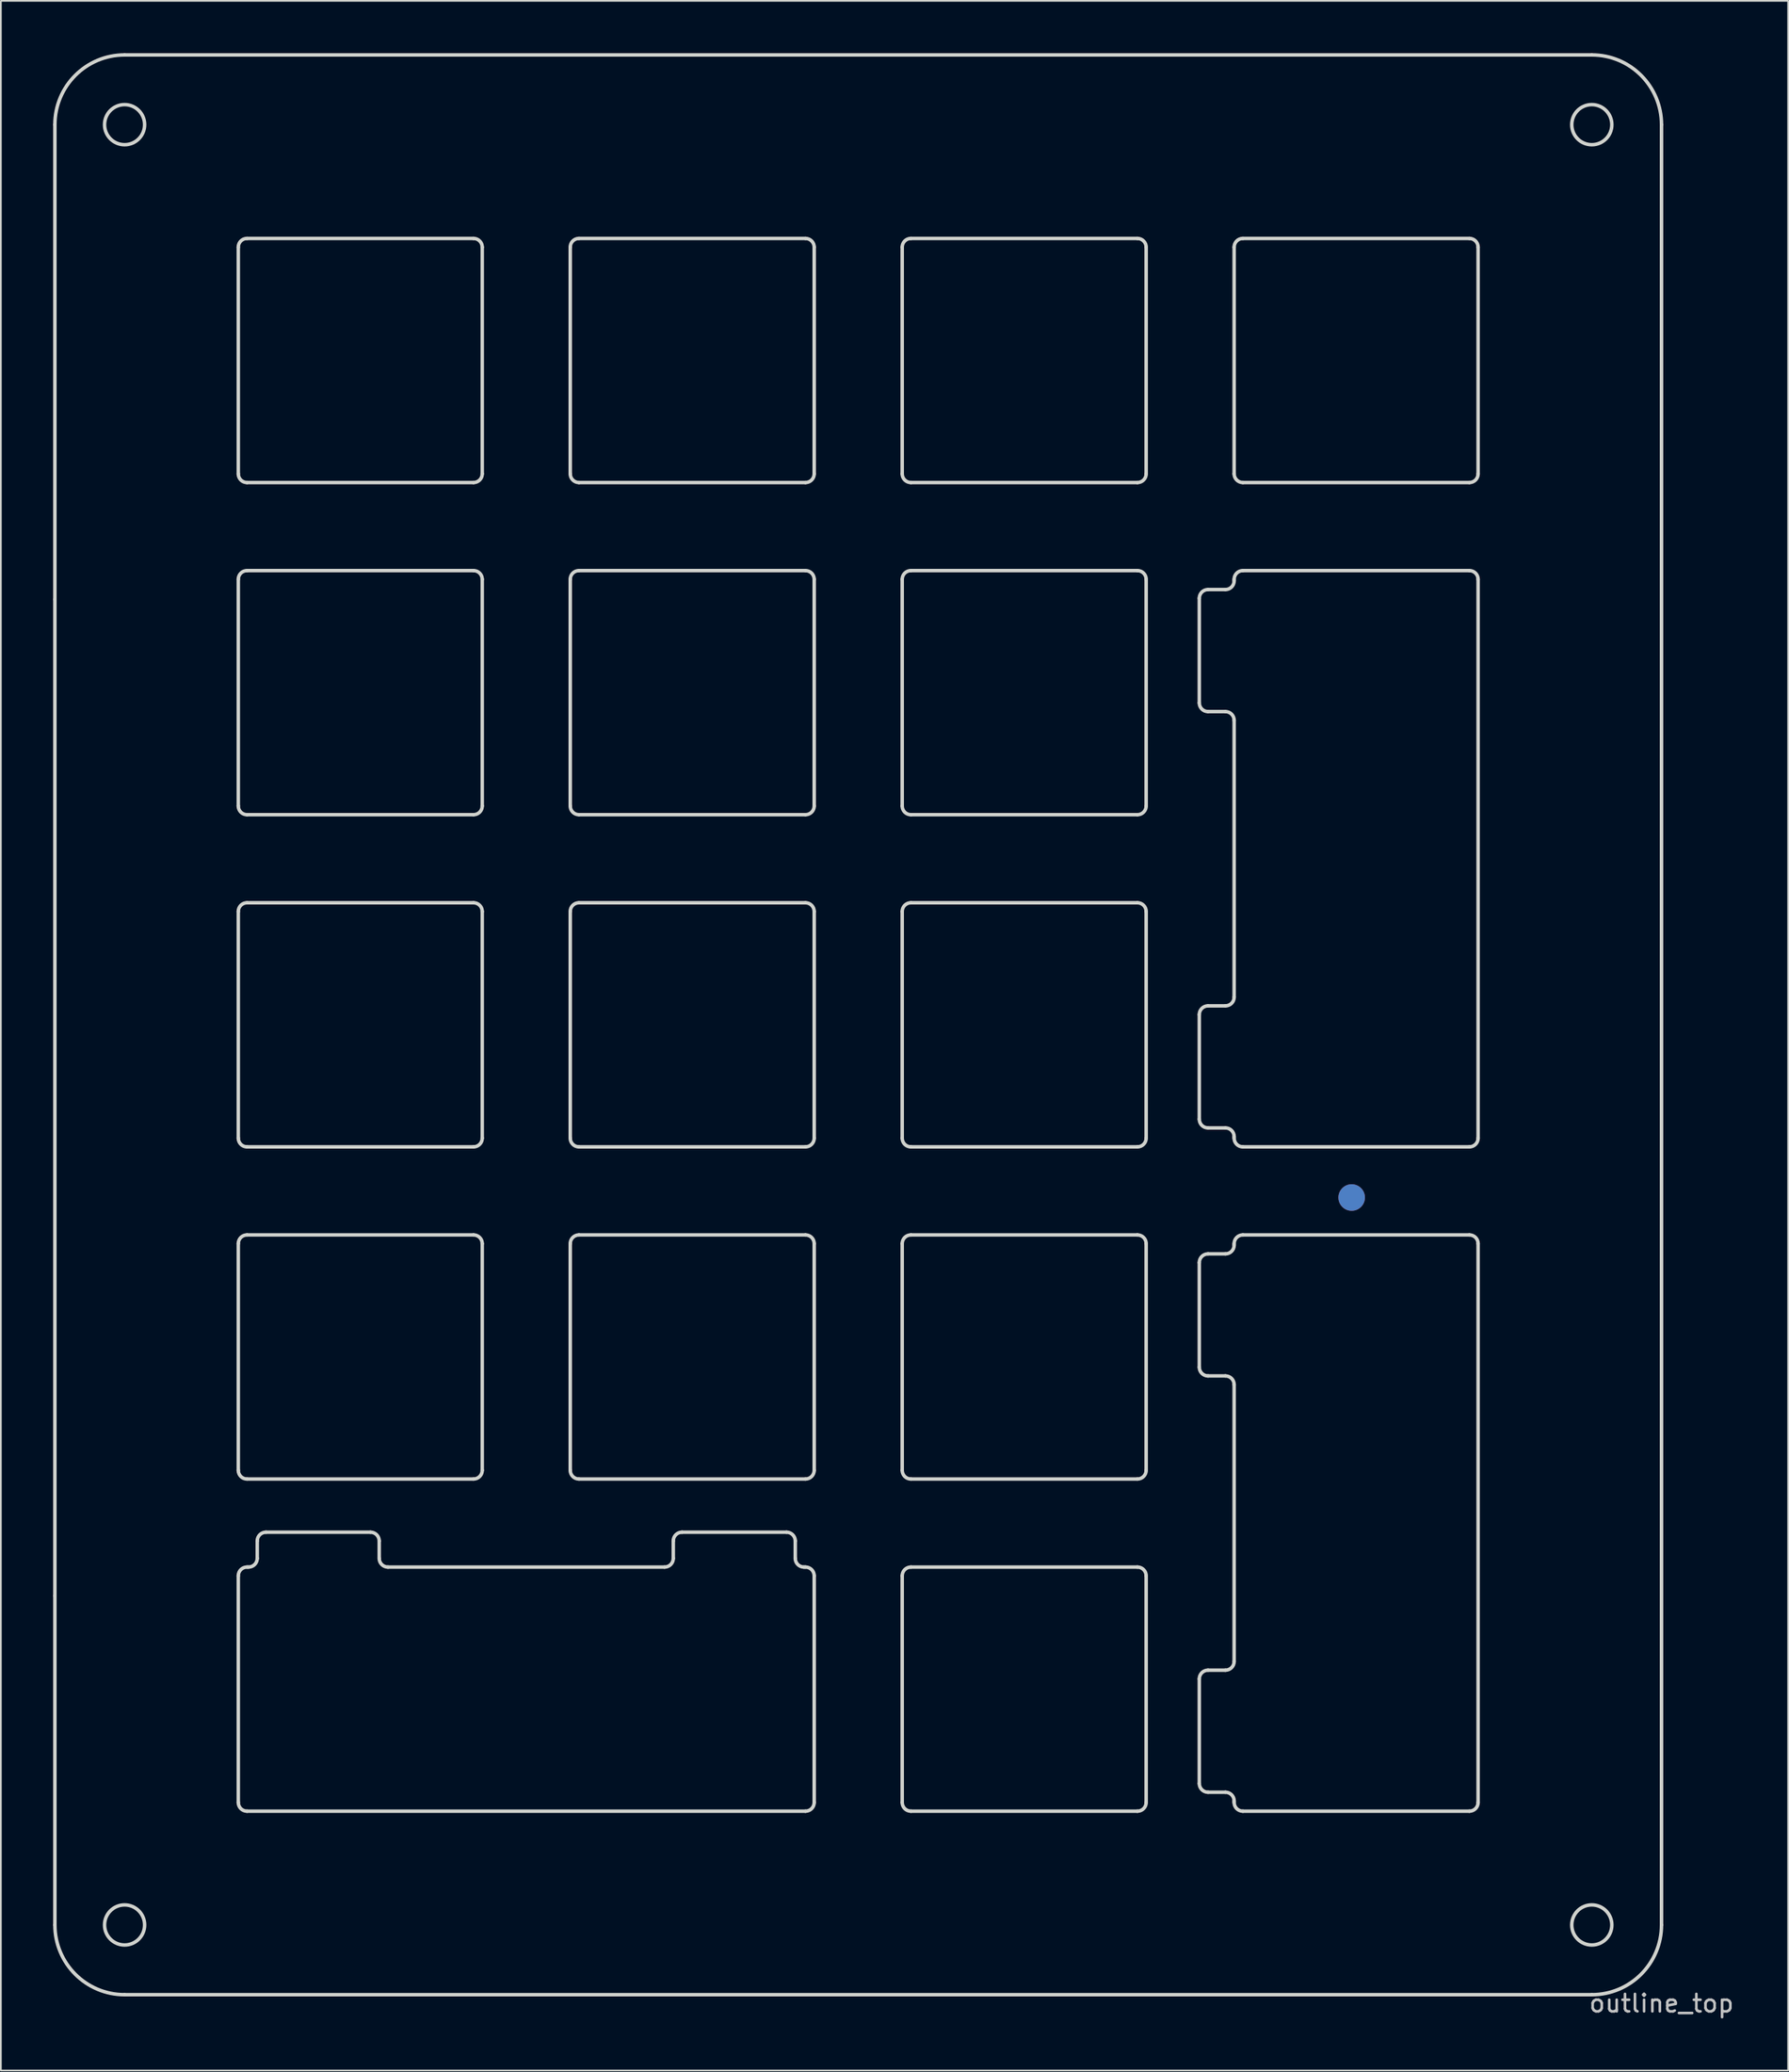
<source format=kicad_pcb>
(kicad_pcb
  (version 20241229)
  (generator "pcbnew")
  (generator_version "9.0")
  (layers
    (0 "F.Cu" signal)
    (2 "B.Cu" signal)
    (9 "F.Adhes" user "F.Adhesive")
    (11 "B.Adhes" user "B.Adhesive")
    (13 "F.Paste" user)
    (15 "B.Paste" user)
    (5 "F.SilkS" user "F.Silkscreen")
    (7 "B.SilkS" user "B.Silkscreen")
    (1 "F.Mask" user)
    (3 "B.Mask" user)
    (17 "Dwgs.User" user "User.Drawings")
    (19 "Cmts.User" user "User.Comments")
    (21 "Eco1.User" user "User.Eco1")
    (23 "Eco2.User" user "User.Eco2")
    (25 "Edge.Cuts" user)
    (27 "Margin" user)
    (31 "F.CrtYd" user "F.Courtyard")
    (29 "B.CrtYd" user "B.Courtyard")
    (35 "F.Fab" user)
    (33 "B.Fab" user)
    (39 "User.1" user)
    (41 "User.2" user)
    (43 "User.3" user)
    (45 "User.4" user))
  (footprint "outline_top"
    (layer "F.Cu")
    (at 92.3 111.35)
    (property "Reference" "outline_top" (at 0 0.5 0) (layer "Dwgs.User") (effects (font (size 1 1) (thickness 0.15))))
    (attr through_hole)
    (fp_line (start -92.2 -80.025) (end -92.2 -107.25) (stroke (width 0.2) (type solid)) (layer "Edge.Cuts"))
    (fp_line (start -92.2 -22.875) (end -92.2 -80.025) (stroke (width 0.2) (type solid)) (layer "Edge.Cuts"))
    (fp_line (start -92.2 -4) (end -92.2 -22.875) (stroke (width 0.2) (type solid)) (layer "Edge.Cuts"))
    (fp_line (start -88.2 -111.25) (end -4 -111.25) (stroke (width 0.2) (type solid)) (layer "Edge.Cuts"))
    (fp_line (start -81.675 -100.225) (end -81.675 -87.225) (stroke (width 0.2) (type solid)) (layer "Edge.Cuts"))
    (fp_line (start -81.675 -68.175) (end -81.675 -81.175) (stroke (width 0.2) (type solid)) (layer "Edge.Cuts"))
    (fp_line (start -81.675 -62.125) (end -81.675 -49.125) (stroke (width 0.2) (type solid)) (layer "Edge.Cuts"))
    (fp_line (start -81.675 -43.075) (end -81.675 -30.075) (stroke (width 0.2) (type solid)) (layer "Edge.Cuts"))
    (fp_line (start -81.675 -24.025) (end -81.675 -11.025) (stroke (width 0.2) (type solid)) (layer "Edge.Cuts"))
    (fp_line (start -81.175 -86.725) (end -68.175 -86.725) (stroke (width 0.2) (type solid)) (layer "Edge.Cuts"))
    (fp_line (start -81.175 -81.675) (end -68.175 -81.675) (stroke (width 0.2) (type solid)) (layer "Edge.Cuts"))
    (fp_line (start -81.175 -48.625) (end -68.175 -48.625) (stroke (width 0.2) (type solid)) (layer "Edge.Cuts"))
    (fp_line (start -81.175 -29.575) (end -68.175 -29.575) (stroke (width 0.2) (type solid)) (layer "Edge.Cuts"))
    (fp_line (start -81.175 -10.525) (end -49.125 -10.525) (stroke (width 0.2) (type solid)) (layer "Edge.Cuts"))
    (fp_line (start -81.088 -24.525) (end -81.175 -24.525) (stroke (width 0.2) (type solid)) (layer "Edge.Cuts"))
    (fp_line (start -80.588 -26.025) (end -80.588 -25.025) (stroke (width 0.2) (type solid)) (layer "Edge.Cuts"))
    (fp_line (start -74.088 -26.525) (end -80.088 -26.525) (stroke (width 0.2) (type solid)) (layer "Edge.Cuts"))
    (fp_line (start -73.588 -25.025) (end -73.588 -26.025) (stroke (width 0.2) (type solid)) (layer "Edge.Cuts"))
    (fp_line (start -68.175 -100.725) (end -81.175 -100.725) (stroke (width 0.2) (type solid)) (layer "Edge.Cuts"))
    (fp_line (start -68.175 -67.675) (end -81.175 -67.675) (stroke (width 0.2) (type solid)) (layer "Edge.Cuts"))
    (fp_line (start -68.175 -62.625) (end -81.175 -62.625) (stroke (width 0.2) (type solid)) (layer "Edge.Cuts"))
    (fp_line (start -68.175 -43.575) (end -81.175 -43.575) (stroke (width 0.2) (type solid)) (layer "Edge.Cuts"))
    (fp_line (start -67.675 -87.225) (end -67.675 -100.225) (stroke (width 0.2) (type solid)) (layer "Edge.Cuts"))
    (fp_line (start -67.675 -81.175) (end -67.675 -68.175) (stroke (width 0.2) (type solid)) (layer "Edge.Cuts"))
    (fp_line (start -67.675 -49.125) (end -67.675 -62.125) (stroke (width 0.2) (type solid)) (layer "Edge.Cuts"))
    (fp_line (start -67.675 -30.075) (end -67.675 -43.075) (stroke (width 0.2) (type solid)) (layer "Edge.Cuts"))
    (fp_line (start -62.625 -100.225) (end -62.625 -87.225) (stroke (width 0.2) (type solid)) (layer "Edge.Cuts"))
    (fp_line (start -62.625 -81.175) (end -62.625 -68.175) (stroke (width 0.2) (type solid)) (layer "Edge.Cuts"))
    (fp_line (start -62.625 -62.125) (end -62.625 -49.125) (stroke (width 0.2) (type solid)) (layer "Edge.Cuts"))
    (fp_line (start -62.625 -43.075) (end -62.625 -30.075) (stroke (width 0.2) (type solid)) (layer "Edge.Cuts"))
    (fp_line (start -62.125 -86.725) (end -49.125 -86.725) (stroke (width 0.2) (type solid)) (layer "Edge.Cuts"))
    (fp_line (start -62.125 -67.675) (end -49.125 -67.675) (stroke (width 0.2) (type solid)) (layer "Edge.Cuts"))
    (fp_line (start -62.125 -48.625) (end -49.125 -48.625) (stroke (width 0.2) (type solid)) (layer "Edge.Cuts"))
    (fp_line (start -62.125 -29.575) (end -49.125 -29.575) (stroke (width 0.2) (type solid)) (layer "Edge.Cuts"))
    (fp_line (start -57.212 -24.525) (end -73.088 -24.525) (stroke (width 0.2) (type solid)) (layer "Edge.Cuts"))
    (fp_line (start -56.712 -26.025) (end -56.712 -25.025) (stroke (width 0.2) (type solid)) (layer "Edge.Cuts"))
    (fp_line (start -50.212 -26.525) (end -56.212 -26.525) (stroke (width 0.2) (type solid)) (layer "Edge.Cuts"))
    (fp_line (start -49.712 -25.025) (end -49.712 -26.025) (stroke (width 0.2) (type solid)) (layer "Edge.Cuts"))
    (fp_line (start -49.125 -100.725) (end -62.125 -100.725) (stroke (width 0.2) (type solid)) (layer "Edge.Cuts"))
    (fp_line (start -49.125 -81.675) (end -62.125 -81.675) (stroke (width 0.2) (type solid)) (layer "Edge.Cuts"))
    (fp_line (start -49.125 -62.625) (end -62.125 -62.625) (stroke (width 0.2) (type solid)) (layer "Edge.Cuts"))
    (fp_line (start -49.125 -43.575) (end -62.125 -43.575) (stroke (width 0.2) (type solid)) (layer "Edge.Cuts"))
    (fp_line (start -49.125 -24.525) (end -49.212 -24.525) (stroke (width 0.2) (type solid)) (layer "Edge.Cuts"))
    (fp_line (start -48.625 -87.225) (end -48.625 -100.225) (stroke (width 0.2) (type solid)) (layer "Edge.Cuts"))
    (fp_line (start -48.625 -68.175) (end -48.625 -81.175) (stroke (width 0.2) (type solid)) (layer "Edge.Cuts"))
    (fp_line (start -48.625 -49.125) (end -48.625 -62.125) (stroke (width 0.2) (type solid)) (layer "Edge.Cuts"))
    (fp_line (start -48.625 -30.075) (end -48.625 -43.075) (stroke (width 0.2) (type solid)) (layer "Edge.Cuts"))
    (fp_line (start -48.625 -11.025) (end -48.625 -24.025) (stroke (width 0.2) (type solid)) (layer "Edge.Cuts"))
    (fp_line (start -43.575 -87.225) (end -43.575 -100.225) (stroke (width 0.2) (type solid)) (layer "Edge.Cuts"))
    (fp_line (start -43.575 -81.175) (end -43.575 -68.175) (stroke (width 0.2) (type solid)) (layer "Edge.Cuts"))
    (fp_line (start -43.575 -62.125) (end -43.575 -49.125) (stroke (width 0.2) (type solid)) (layer "Edge.Cuts"))
    (fp_line (start -43.575 -43.075) (end -43.575 -30.075) (stroke (width 0.2) (type solid)) (layer "Edge.Cuts"))
    (fp_line (start -43.575 -24.025) (end -43.575 -11.025) (stroke (width 0.2) (type solid)) (layer "Edge.Cuts"))
    (fp_line (start -43.075 -100.725) (end -30.075 -100.725) (stroke (width 0.2) (type solid)) (layer "Edge.Cuts"))
    (fp_line (start -43.075 -67.675) (end -30.075 -67.675) (stroke (width 0.2) (type solid)) (layer "Edge.Cuts"))
    (fp_line (start -43.075 -48.625) (end -30.075 -48.625) (stroke (width 0.2) (type solid)) (layer "Edge.Cuts"))
    (fp_line (start -43.075 -29.575) (end -30.075 -29.575) (stroke (width 0.2) (type solid)) (layer "Edge.Cuts"))
    (fp_line (start -43.075 -10.525) (end -30.075 -10.525) (stroke (width 0.2) (type solid)) (layer "Edge.Cuts"))
    (fp_line (start -30.075 -86.725) (end -43.075 -86.725) (stroke (width 0.2) (type solid)) (layer "Edge.Cuts"))
    (fp_line (start -30.075 -81.675) (end -43.075 -81.675) (stroke (width 0.2) (type solid)) (layer "Edge.Cuts"))
    (fp_line (start -30.075 -62.625) (end -43.075 -62.625) (stroke (width 0.2) (type solid)) (layer "Edge.Cuts"))
    (fp_line (start -30.075 -43.575) (end -43.075 -43.575) (stroke (width 0.2) (type solid)) (layer "Edge.Cuts"))
    (fp_line (start -30.075 -24.525) (end -43.075 -24.525) (stroke (width 0.2) (type solid)) (layer "Edge.Cuts"))
    (fp_line (start -29.575 -100.225) (end -29.575 -87.225) (stroke (width 0.2) (type solid)) (layer "Edge.Cuts"))
    (fp_line (start -29.575 -68.175) (end -29.575 -81.175) (stroke (width 0.2) (type solid)) (layer "Edge.Cuts"))
    (fp_line (start -29.575 -49.125) (end -29.575 -62.125) (stroke (width 0.2) (type solid)) (layer "Edge.Cuts"))
    (fp_line (start -29.575 -30.075) (end -29.575 -43.075) (stroke (width 0.2) (type solid)) (layer "Edge.Cuts"))
    (fp_line (start -29.575 -11.025) (end -29.575 -24.025) (stroke (width 0.2) (type solid)) (layer "Edge.Cuts"))
    (fp_line (start -26.525 -80.088) (end -26.525 -74.088) (stroke (width 0.2) (type solid)) (layer "Edge.Cuts"))
    (fp_line (start -26.525 -56.212) (end -26.525 -50.212) (stroke (width 0.2) (type solid)) (layer "Edge.Cuts"))
    (fp_line (start -26.525 -41.988) (end -26.525 -35.988) (stroke (width 0.2) (type solid)) (layer "Edge.Cuts"))
    (fp_line (start -26.525 -18.112) (end -26.525 -12.112) (stroke (width 0.2) (type solid)) (layer "Edge.Cuts"))
    (fp_line (start -26.025 -73.588) (end -25.025 -73.588) (stroke (width 0.2) (type solid)) (layer "Edge.Cuts"))
    (fp_line (start -26.025 -49.712) (end -25.025 -49.712) (stroke (width 0.2) (type solid)) (layer "Edge.Cuts"))
    (fp_line (start -26.025 -35.488) (end -25.025 -35.488) (stroke (width 0.2) (type solid)) (layer "Edge.Cuts"))
    (fp_line (start -26.025 -11.612) (end -25.025 -11.612) (stroke (width 0.2) (type solid)) (layer "Edge.Cuts"))
    (fp_line (start -25.025 -80.588) (end -26.025 -80.588) (stroke (width 0.2) (type solid)) (layer "Edge.Cuts"))
    (fp_line (start -25.025 -56.712) (end -26.025 -56.712) (stroke (width 0.2) (type solid)) (layer "Edge.Cuts"))
    (fp_line (start -25.025 -42.488) (end -26.025 -42.488) (stroke (width 0.2) (type solid)) (layer "Edge.Cuts"))
    (fp_line (start -25.025 -18.612) (end -26.025 -18.612) (stroke (width 0.2) (type solid)) (layer "Edge.Cuts"))
    (fp_line (start -24.525 -100.225) (end -24.525 -87.225) (stroke (width 0.2) (type solid)) (layer "Edge.Cuts"))
    (fp_line (start -24.525 -81.175) (end -24.525 -81.088) (stroke (width 0.2) (type solid)) (layer "Edge.Cuts"))
    (fp_line (start -24.525 -73.088) (end -24.525 -57.212) (stroke (width 0.2) (type solid)) (layer "Edge.Cuts"))
    (fp_line (start -24.525 -49.212) (end -24.525 -49.125) (stroke (width 0.2) (type solid)) (layer "Edge.Cuts"))
    (fp_line (start -24.525 -43.075) (end -24.525 -42.988) (stroke (width 0.2) (type solid)) (layer "Edge.Cuts"))
    (fp_line (start -24.525 -34.988) (end -24.525 -19.112) (stroke (width 0.2) (type solid)) (layer "Edge.Cuts"))
    (fp_line (start -24.525 -11.112) (end -24.525 -11.025) (stroke (width 0.2) (type solid)) (layer "Edge.Cuts"))
    (fp_line (start -24.025 -86.725) (end -11.025 -86.725) (stroke (width 0.2) (type solid)) (layer "Edge.Cuts"))
    (fp_line (start -24.025 -48.625) (end -11.025 -48.625) (stroke (width 0.2) (type solid)) (layer "Edge.Cuts"))
    (fp_line (start -24.025 -10.525) (end -11.025 -10.525) (stroke (width 0.2) (type solid)) (layer "Edge.Cuts"))
    (fp_line (start -11.025 -100.725) (end -24.025 -100.725) (stroke (width 0.2) (type solid)) (layer "Edge.Cuts"))
    (fp_line (start -11.025 -81.675) (end -24.025 -81.675) (stroke (width 0.2) (type solid)) (layer "Edge.Cuts"))
    (fp_line (start -11.025 -43.575) (end -24.025 -43.575) (stroke (width 0.2) (type solid)) (layer "Edge.Cuts"))
    (fp_line (start -10.525 -87.225) (end -10.525 -100.225) (stroke (width 0.2) (type solid)) (layer "Edge.Cuts"))
    (fp_line (start -10.525 -49.125) (end -10.525 -81.175) (stroke (width 0.2) (type solid)) (layer "Edge.Cuts"))
    (fp_line (start -10.525 -11.025) (end -10.525 -43.075) (stroke (width 0.2) (type solid)) (layer "Edge.Cuts"))
    (fp_line (start -4 0) (end -88.2 0) (stroke (width 0.2) (type solid)) (layer "Edge.Cuts"))
    (fp_line (start 0 -107.25) (end 0 -4) (stroke (width 0.2) (type solid)) (layer "Edge.Cuts"))
    (fp_arc (start -92.2 -107.25) (mid -91.028427 -110.078427) (end -88.2 -111.25) (stroke (width 0.2) (type solid)) (layer "Edge.Cuts"))
    (fp_arc (start -88.2 0) (mid -91.028427 -1.171573) (end -92.2 -4) (stroke (width 0.2) (type solid)) (layer "Edge.Cuts"))
    (fp_arc (start -81.675 -100.225) (mid -81.528553 -100.578553) (end -81.175 -100.725) (stroke (width 0.2) (type solid)) (layer "Edge.Cuts"))
    (fp_arc (start -81.675 -81.175) (mid -81.528553 -81.528553) (end -81.175 -81.675) (stroke (width 0.2) (type solid)) (layer "Edge.Cuts"))
    (fp_arc (start -81.675 -62.125) (mid -81.528553 -62.478553) (end -81.175 -62.625) (stroke (width 0.2) (type solid)) (layer "Edge.Cuts"))
    (fp_arc (start -81.675 -43.075) (mid -81.528553 -43.428553) (end -81.175 -43.575) (stroke (width 0.2) (type solid)) (layer "Edge.Cuts"))
    (fp_arc (start -81.675 -24.025) (mid -81.528553 -24.378553) (end -81.175 -24.525) (stroke (width 0.2) (type solid)) (layer "Edge.Cuts"))
    (fp_arc (start -81.175 -86.725) (mid -81.528553 -86.871447) (end -81.675 -87.225) (stroke (width 0.2) (type solid)) (layer "Edge.Cuts"))
    (fp_arc (start -81.175 -67.675) (mid -81.528553 -67.821447) (end -81.675 -68.175) (stroke (width 0.2) (type solid)) (layer "Edge.Cuts"))
    (fp_arc (start -81.175 -48.625) (mid -81.528553 -48.771447) (end -81.675 -49.125) (stroke (width 0.2) (type solid)) (layer "Edge.Cuts"))
    (fp_arc (start -81.175 -29.575) (mid -81.528553 -29.721447) (end -81.675 -30.075) (stroke (width 0.2) (type solid)) (layer "Edge.Cuts"))
    (fp_arc (start -81.175 -10.525) (mid -81.528553 -10.671447) (end -81.675 -11.025) (stroke (width 0.2) (type solid)) (layer "Edge.Cuts"))
    (fp_arc (start -80.588 -26.025) (mid -80.441553 -26.378553) (end -80.088 -26.525) (stroke (width 0.2) (type solid)) (layer "Edge.Cuts"))
    (fp_arc (start -80.588 -25.025) (mid -80.734447 -24.671447) (end -81.088 -24.525) (stroke (width 0.2) (type solid)) (layer "Edge.Cuts"))
    (fp_arc (start -74.088 -26.525) (mid -73.734447 -26.378553) (end -73.588 -26.025) (stroke (width 0.2) (type solid)) (layer "Edge.Cuts"))
    (fp_arc (start -73.088 -24.525) (mid -73.441553 -24.671447) (end -73.588 -25.025) (stroke (width 0.2) (type solid)) (layer "Edge.Cuts"))
    (fp_arc (start -68.175 -100.725) (mid -67.821447 -100.578553) (end -67.675 -100.225) (stroke (width 0.2) (type solid)) (layer "Edge.Cuts"))
    (fp_arc (start -68.175 -81.675) (mid -67.821447 -81.528553) (end -67.675 -81.175) (stroke (width 0.2) (type solid)) (layer "Edge.Cuts"))
    (fp_arc (start -68.175 -62.625) (mid -67.821447 -62.478553) (end -67.675 -62.125) (stroke (width 0.2) (type solid)) (layer "Edge.Cuts"))
    (fp_arc (start -68.175 -43.575) (mid -67.821447 -43.428553) (end -67.675 -43.075) (stroke (width 0.2) (type solid)) (layer "Edge.Cuts"))
    (fp_arc (start -67.675 -87.225) (mid -67.821447 -86.871447) (end -68.175 -86.725) (stroke (width 0.2) (type solid)) (layer "Edge.Cuts"))
    (fp_arc (start -67.675 -68.175) (mid -67.821447 -67.821447) (end -68.175 -67.675) (stroke (width 0.2) (type solid)) (layer "Edge.Cuts"))
    (fp_arc (start -67.675 -49.125) (mid -67.821447 -48.771447) (end -68.175 -48.625) (stroke (width 0.2) (type solid)) (layer "Edge.Cuts"))
    (fp_arc (start -67.675 -30.075) (mid -67.821447 -29.721447) (end -68.175 -29.575) (stroke (width 0.2) (type solid)) (layer "Edge.Cuts"))
    (fp_arc (start -62.625 -100.225) (mid -62.478553 -100.578553) (end -62.125 -100.725) (stroke (width 0.2) (type solid)) (layer "Edge.Cuts"))
    (fp_arc (start -62.625 -81.175) (mid -62.478553 -81.528553) (end -62.125 -81.675) (stroke (width 0.2) (type solid)) (layer "Edge.Cuts"))
    (fp_arc (start -62.625 -62.125) (mid -62.478553 -62.478553) (end -62.125 -62.625) (stroke (width 0.2) (type solid)) (layer "Edge.Cuts"))
    (fp_arc (start -62.625 -43.075) (mid -62.478553 -43.428553) (end -62.125 -43.575) (stroke (width 0.2) (type solid)) (layer "Edge.Cuts"))
    (fp_arc (start -62.125 -86.725) (mid -62.478553 -86.871447) (end -62.625 -87.225) (stroke (width 0.2) (type solid)) (layer "Edge.Cuts"))
    (fp_arc (start -62.125 -67.675) (mid -62.478553 -67.821447) (end -62.625 -68.175) (stroke (width 0.2) (type solid)) (layer "Edge.Cuts"))
    (fp_arc (start -62.125 -48.625) (mid -62.478553 -48.771447) (end -62.625 -49.125) (stroke (width 0.2) (type solid)) (layer "Edge.Cuts"))
    (fp_arc (start -62.125 -29.575) (mid -62.478553 -29.721447) (end -62.625 -30.075) (stroke (width 0.2) (type solid)) (layer "Edge.Cuts"))
    (fp_arc (start -56.712 -26.025) (mid -56.565553 -26.378553) (end -56.212 -26.525) (stroke (width 0.2) (type solid)) (layer "Edge.Cuts"))
    (fp_arc (start -56.712 -25.025) (mid -56.858447 -24.671447) (end -57.212 -24.525) (stroke (width 0.2) (type solid)) (layer "Edge.Cuts"))
    (fp_arc (start -50.212 -26.525) (mid -49.858447 -26.378553) (end -49.712 -26.025) (stroke (width 0.2) (type solid)) (layer "Edge.Cuts"))
    (fp_arc (start -49.212 -24.525) (mid -49.565553 -24.671447) (end -49.712 -25.025) (stroke (width 0.2) (type solid)) (layer "Edge.Cuts"))
    (fp_arc (start -49.125 -100.725) (mid -48.771447 -100.578553) (end -48.625 -100.225) (stroke (width 0.2) (type solid)) (layer "Edge.Cuts"))
    (fp_arc (start -49.125 -81.675) (mid -48.771447 -81.528553) (end -48.625 -81.175) (stroke (width 0.2) (type solid)) (layer "Edge.Cuts"))
    (fp_arc (start -49.125 -62.625) (mid -48.771447 -62.478553) (end -48.625 -62.125) (stroke (width 0.2) (type solid)) (layer "Edge.Cuts"))
    (fp_arc (start -49.125 -43.575) (mid -48.771447 -43.428553) (end -48.625 -43.075) (stroke (width 0.2) (type solid)) (layer "Edge.Cuts"))
    (fp_arc (start -49.125 -24.525) (mid -48.771447 -24.378553) (end -48.625 -24.025) (stroke (width 0.2) (type solid)) (layer "Edge.Cuts"))
    (fp_arc (start -48.625 -87.225) (mid -48.771447 -86.871447) (end -49.125 -86.725) (stroke (width 0.2) (type solid)) (layer "Edge.Cuts"))
    (fp_arc (start -48.625 -68.175) (mid -48.771447 -67.821447) (end -49.125 -67.675) (stroke (width 0.2) (type solid)) (layer "Edge.Cuts"))
    (fp_arc (start -48.625 -49.125) (mid -48.771447 -48.771447) (end -49.125 -48.625) (stroke (width 0.2) (type solid)) (layer "Edge.Cuts"))
    (fp_arc (start -48.625 -30.075) (mid -48.771447 -29.721447) (end -49.125 -29.575) (stroke (width 0.2) (type solid)) (layer "Edge.Cuts"))
    (fp_arc (start -48.625 -11.025) (mid -48.771447 -10.671447) (end -49.125 -10.525) (stroke (width 0.2) (type solid)) (layer "Edge.Cuts"))
    (fp_arc (start -43.575 -100.225) (mid -43.428553 -100.578553) (end -43.075 -100.725) (stroke (width 0.2) (type solid)) (layer "Edge.Cuts"))
    (fp_arc (start -43.575 -81.175) (mid -43.428553 -81.528553) (end -43.075 -81.675) (stroke (width 0.2) (type solid)) (layer "Edge.Cuts"))
    (fp_arc (start -43.575 -62.125) (mid -43.428553 -62.478553) (end -43.075 -62.625) (stroke (width 0.2) (type solid)) (layer "Edge.Cuts"))
    (fp_arc (start -43.575 -43.075) (mid -43.428553 -43.428553) (end -43.075 -43.575) (stroke (width 0.2) (type solid)) (layer "Edge.Cuts"))
    (fp_arc (start -43.575 -24.025) (mid -43.428553 -24.378553) (end -43.075 -24.525) (stroke (width 0.2) (type solid)) (layer "Edge.Cuts"))
    (fp_arc (start -43.075 -86.725) (mid -43.428553 -86.871447) (end -43.575 -87.225) (stroke (width 0.2) (type solid)) (layer "Edge.Cuts"))
    (fp_arc (start -43.075 -67.675) (mid -43.428553 -67.821447) (end -43.575 -68.175) (stroke (width 0.2) (type solid)) (layer "Edge.Cuts"))
    (fp_arc (start -43.075 -48.625) (mid -43.428553 -48.771447) (end -43.575 -49.125) (stroke (width 0.2) (type solid)) (layer "Edge.Cuts"))
    (fp_arc (start -43.075 -29.575) (mid -43.428553 -29.721447) (end -43.575 -30.075) (stroke (width 0.2) (type solid)) (layer "Edge.Cuts"))
    (fp_arc (start -43.075 -10.525) (mid -43.428553 -10.671447) (end -43.575 -11.025) (stroke (width 0.2) (type solid)) (layer "Edge.Cuts"))
    (fp_arc (start -30.075 -100.725) (mid -29.721447 -100.578553) (end -29.575 -100.225) (stroke (width 0.2) (type solid)) (layer "Edge.Cuts"))
    (fp_arc (start -30.075 -81.675) (mid -29.721447 -81.528553) (end -29.575 -81.175) (stroke (width 0.2) (type solid)) (layer "Edge.Cuts"))
    (fp_arc (start -30.075 -62.625) (mid -29.721447 -62.478553) (end -29.575 -62.125) (stroke (width 0.2) (type solid)) (layer "Edge.Cuts"))
    (fp_arc (start -30.075 -43.575) (mid -29.721447 -43.428553) (end -29.575 -43.075) (stroke (width 0.2) (type solid)) (layer "Edge.Cuts"))
    (fp_arc (start -30.075 -24.525) (mid -29.721447 -24.378553) (end -29.575 -24.025) (stroke (width 0.2) (type solid)) (layer "Edge.Cuts"))
    (fp_arc (start -29.575 -87.225) (mid -29.721447 -86.871447) (end -30.075 -86.725) (stroke (width 0.2) (type solid)) (layer "Edge.Cuts"))
    (fp_arc (start -29.575 -68.175) (mid -29.721447 -67.821447) (end -30.075 -67.675) (stroke (width 0.2) (type solid)) (layer "Edge.Cuts"))
    (fp_arc (start -29.575 -49.125) (mid -29.721447 -48.771447) (end -30.075 -48.625) (stroke (width 0.2) (type solid)) (layer "Edge.Cuts"))
    (fp_arc (start -29.575 -30.075) (mid -29.721447 -29.721447) (end -30.075 -29.575) (stroke (width 0.2) (type solid)) (layer "Edge.Cuts"))
    (fp_arc (start -29.575 -11.025) (mid -29.721447 -10.671447) (end -30.075 -10.525) (stroke (width 0.2) (type solid)) (layer "Edge.Cuts"))
    (fp_arc (start -26.525 -80.088) (mid -26.378553 -80.441553) (end -26.025 -80.588) (stroke (width 0.2) (type solid)) (layer "Edge.Cuts"))
    (fp_arc (start -26.525 -56.212) (mid -26.378553 -56.565553) (end -26.025 -56.712) (stroke (width 0.2) (type solid)) (layer "Edge.Cuts"))
    (fp_arc (start -26.525 -41.988) (mid -26.378553 -42.341553) (end -26.025 -42.488) (stroke (width 0.2) (type solid)) (layer "Edge.Cuts"))
    (fp_arc (start -26.525 -18.112) (mid -26.378553 -18.465553) (end -26.025 -18.612) (stroke (width 0.2) (type solid)) (layer "Edge.Cuts"))
    (fp_arc (start -26.025 -73.588) (mid -26.378553 -73.734447) (end -26.525 -74.088) (stroke (width 0.2) (type solid)) (layer "Edge.Cuts"))
    (fp_arc (start -26.025 -49.712) (mid -26.378553 -49.858447) (end -26.525 -50.212) (stroke (width 0.2) (type solid)) (layer "Edge.Cuts"))
    (fp_arc (start -26.025 -35.488) (mid -26.378553 -35.634447) (end -26.525 -35.988) (stroke (width 0.2) (type solid)) (layer "Edge.Cuts"))
    (fp_arc (start -26.025 -11.612) (mid -26.378553 -11.758447) (end -26.525 -12.112) (stroke (width 0.2) (type solid)) (layer "Edge.Cuts"))
    (fp_arc (start -25.025 -73.588) (mid -24.671447 -73.441553) (end -24.525 -73.088) (stroke (width 0.2) (type solid)) (layer "Edge.Cuts"))
    (fp_arc (start -25.025 -49.712) (mid -24.671447 -49.565553) (end -24.525 -49.212) (stroke (width 0.2) (type solid)) (layer "Edge.Cuts"))
    (fp_arc (start -25.025 -35.488) (mid -24.671447 -35.341553) (end -24.525 -34.988) (stroke (width 0.2) (type solid)) (layer "Edge.Cuts"))
    (fp_arc (start -25.025 -11.612) (mid -24.671447 -11.465553) (end -24.525 -11.112) (stroke (width 0.2) (type solid)) (layer "Edge.Cuts"))
    (fp_arc (start -24.525 -100.225) (mid -24.378553 -100.578553) (end -24.025 -100.725) (stroke (width 0.2) (type solid)) (layer "Edge.Cuts"))
    (fp_arc (start -24.525 -81.175) (mid -24.378553 -81.528553) (end -24.025 -81.675) (stroke (width 0.2) (type solid)) (layer "Edge.Cuts"))
    (fp_arc (start -24.525 -81.088) (mid -24.671447 -80.734447) (end -25.025 -80.588) (stroke (width 0.2) (type solid)) (layer "Edge.Cuts"))
    (fp_arc (start -24.525 -57.212) (mid -24.671447 -56.858447) (end -25.025 -56.712) (stroke (width 0.2) (type solid)) (layer "Edge.Cuts"))
    (fp_arc (start -24.525 -43.075) (mid -24.378553 -43.428553) (end -24.025 -43.575) (stroke (width 0.2) (type solid)) (layer "Edge.Cuts"))
    (fp_arc (start -24.525 -42.988) (mid -24.671447 -42.634447) (end -25.025 -42.488) (stroke (width 0.2) (type solid)) (layer "Edge.Cuts"))
    (fp_arc (start -24.525 -19.112) (mid -24.671447 -18.758447) (end -25.025 -18.612) (stroke (width 0.2) (type solid)) (layer "Edge.Cuts"))
    (fp_arc (start -24.025 -86.725) (mid -24.378553 -86.871447) (end -24.525 -87.225) (stroke (width 0.2) (type solid)) (layer "Edge.Cuts"))
    (fp_arc (start -24.025 -48.625) (mid -24.378553 -48.771447) (end -24.525 -49.125) (stroke (width 0.2) (type solid)) (layer "Edge.Cuts"))
    (fp_arc (start -24.025 -10.525) (mid -24.378553 -10.671447) (end -24.525 -11.025) (stroke (width 0.2) (type solid)) (layer "Edge.Cuts"))
    (fp_arc (start -11.025 -100.725) (mid -10.671447 -100.578553) (end -10.525 -100.225) (stroke (width 0.2) (type solid)) (layer "Edge.Cuts"))
    (fp_arc (start -11.025 -81.675) (mid -10.671447 -81.528553) (end -10.525 -81.175) (stroke (width 0.2) (type solid)) (layer "Edge.Cuts"))
    (fp_arc (start -11.025 -43.575) (mid -10.671447 -43.428553) (end -10.525 -43.075) (stroke (width 0.2) (type solid)) (layer "Edge.Cuts"))
    (fp_arc (start -10.525 -87.225) (mid -10.671447 -86.871447) (end -11.025 -86.725) (stroke (width 0.2) (type solid)) (layer "Edge.Cuts"))
    (fp_arc (start -10.525 -49.125) (mid -10.671447 -48.771447) (end -11.025 -48.625) (stroke (width 0.2) (type solid)) (layer "Edge.Cuts"))
    (fp_arc (start -10.525 -11.025) (mid -10.671447 -10.671447) (end -11.025 -10.525) (stroke (width 0.2) (type solid)) (layer "Edge.Cuts"))
    (fp_arc (start -4 -111.25) (mid -1.171573 -110.078427) (end 0 -107.25) (stroke (width 0.2) (type solid)) (layer "Edge.Cuts"))
    (fp_arc (start 0 -4) (mid -1.171573 -1.171573) (end -4 0) (stroke (width 0.2) (type solid)) (layer "Edge.Cuts"))
    (fp_circle (center -88.2 -107.25) (end -87.05 -107.25) (stroke (width 0.2) (type solid)) (fill no) (layer "Edge.Cuts"))
    (fp_circle (center -88.2 -4) (end -87.05 -4) (stroke (width 0.2) (type solid)) (fill no) (layer "Edge.Cuts"))
    (fp_circle (center -4 -107.25) (end -2.85 -107.25) (stroke (width 0.2) (type solid)) (fill no) (layer "Edge.Cuts"))
    (fp_circle (center -4 -4) (end -2.85 -4) (stroke (width 0.2) (type solid)) (fill no) (layer "Edge.Cuts"))
    (pad "1" smd circle (at -17.78 -45.72) (size 1.524 1.524) (layers "F.Cu"))
    (pad "1" smd circle (at -17.78 -45.72) (size 1.524 1.524) (layers "B.Cu")))
  (gr_rect
    (start -3 -3)
    (end 99.568 115.698)
    (stroke (width 0.1) (type default))
    (fill no)
    (layer "Edge.Cuts")))
</source>
